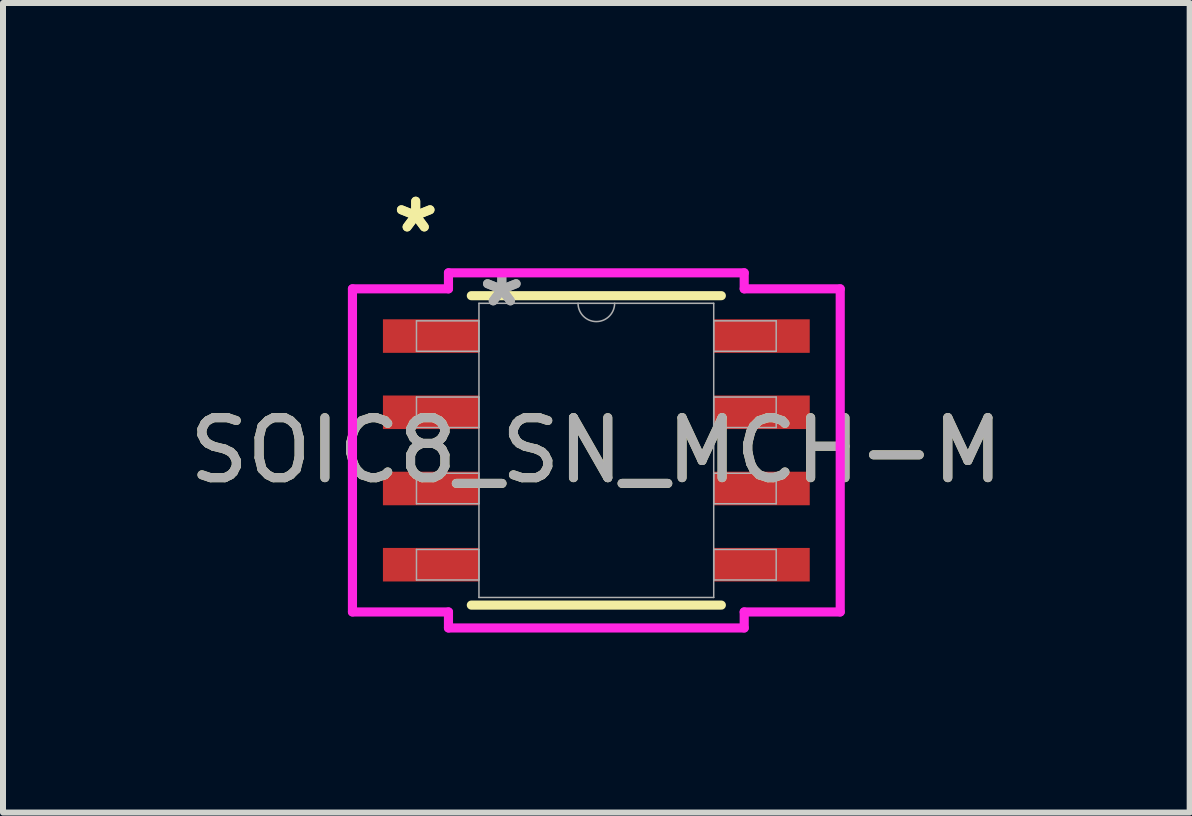
<source format=kicad_pcb>
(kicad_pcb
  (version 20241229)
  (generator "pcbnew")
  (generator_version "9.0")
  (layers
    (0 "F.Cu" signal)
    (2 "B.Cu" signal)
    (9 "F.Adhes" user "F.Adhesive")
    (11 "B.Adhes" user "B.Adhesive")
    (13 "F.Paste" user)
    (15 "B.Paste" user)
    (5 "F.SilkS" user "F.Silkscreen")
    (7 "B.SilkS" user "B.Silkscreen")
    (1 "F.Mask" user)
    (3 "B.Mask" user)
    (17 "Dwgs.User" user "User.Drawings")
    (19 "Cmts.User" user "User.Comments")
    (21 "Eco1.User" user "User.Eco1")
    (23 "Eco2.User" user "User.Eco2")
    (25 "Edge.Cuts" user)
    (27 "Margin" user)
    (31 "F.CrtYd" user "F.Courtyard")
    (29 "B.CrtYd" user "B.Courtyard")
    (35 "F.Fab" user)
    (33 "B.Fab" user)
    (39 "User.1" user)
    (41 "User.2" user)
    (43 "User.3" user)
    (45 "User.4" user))
  (footprint "SOIC8_SN_MCH-M"
    (layer "F.Cu")
    (at 6.887 4.455)
    (property "Reference" "SOIC8_SN_MCH-M" (at 0 0 0) (unlocked yes) (layer "F.SilkS") (effects (font (size 1 1) (thickness 0.15))))
    (attr smd)
    (fp_line (start -2.083 2.578) (end 2.083 2.578) (stroke (width 0.152) (type solid)) (layer "F.SilkS"))
    (fp_line (start 2.083 -2.578) (end -2.083 -2.578) (stroke (width 0.152) (type solid)) (layer "F.SilkS"))
    (fp_line (start -4.064 -2.692) (end -2.464 -2.692) (stroke (width 0.152) (type solid)) (layer "F.CrtYd"))
    (fp_line (start -4.064 2.692) (end -4.064 -2.692) (stroke (width 0.152) (type solid)) (layer "F.CrtYd"))
    (fp_line (start -4.064 2.692) (end -2.464 2.692) (stroke (width 0.152) (type solid)) (layer "F.CrtYd"))
    (fp_line (start -2.464 -2.959) (end 2.464 -2.959) (stroke (width 0.152) (type solid)) (layer "F.CrtYd"))
    (fp_line (start -2.464 -2.692) (end -2.464 -2.959) (stroke (width 0.152) (type solid)) (layer "F.CrtYd"))
    (fp_line (start -2.464 2.959) (end -2.464 2.692) (stroke (width 0.152) (type solid)) (layer "F.CrtYd"))
    (fp_line (start 2.464 -2.959) (end 2.464 -2.692) (stroke (width 0.152) (type solid)) (layer "F.CrtYd"))
    (fp_line (start 2.464 2.692) (end 2.464 2.959) (stroke (width 0.152) (type solid)) (layer "F.CrtYd"))
    (fp_line (start 2.464 2.959) (end -2.464 2.959) (stroke (width 0.152) (type solid)) (layer "F.CrtYd"))
    (fp_line (start 4.064 -2.692) (end 2.464 -2.692) (stroke (width 0.152) (type solid)) (layer "F.CrtYd"))
    (fp_line (start 4.064 -2.692) (end 4.064 2.692) (stroke (width 0.152) (type solid)) (layer "F.CrtYd"))
    (fp_line (start 4.064 2.692) (end 2.464 2.692) (stroke (width 0.152) (type solid)) (layer "F.CrtYd"))
    (fp_line (start -2.997 -2.159) (end -2.997 -1.651) (stroke (width 0.025) (type solid)) (layer "F.Fab"))
    (fp_line (start -2.997 -1.651) (end -1.956 -1.651) (stroke (width 0.025) (type solid)) (layer "F.Fab"))
    (fp_line (start -2.997 -0.889) (end -2.997 -0.381) (stroke (width 0.025) (type solid)) (layer "F.Fab"))
    (fp_line (start -2.997 -0.381) (end -1.956 -0.381) (stroke (width 0.025) (type solid)) (layer "F.Fab"))
    (fp_line (start -2.997 0.381) (end -2.997 0.889) (stroke (width 0.025) (type solid)) (layer "F.Fab"))
    (fp_line (start -2.997 0.889) (end -1.956 0.889) (stroke (width 0.025) (type solid)) (layer "F.Fab"))
    (fp_line (start -2.997 1.651) (end -2.997 2.159) (stroke (width 0.025) (type solid)) (layer "F.Fab"))
    (fp_line (start -2.997 2.159) (end -1.956 2.159) (stroke (width 0.025) (type solid)) (layer "F.Fab"))
    (fp_line (start -1.956 -2.451) (end -1.956 2.451) (stroke (width 0.025) (type solid)) (layer "F.Fab"))
    (fp_line (start -1.956 -2.159) (end -2.997 -2.159) (stroke (width 0.025) (type solid)) (layer "F.Fab"))
    (fp_line (start -1.956 -1.651) (end -1.956 -2.159) (stroke (width 0.025) (type solid)) (layer "F.Fab"))
    (fp_line (start -1.956 -0.889) (end -2.997 -0.889) (stroke (width 0.025) (type solid)) (layer "F.Fab"))
    (fp_line (start -1.956 -0.381) (end -1.956 -0.889) (stroke (width 0.025) (type solid)) (layer "F.Fab"))
    (fp_line (start -1.956 0.381) (end -2.997 0.381) (stroke (width 0.025) (type solid)) (layer "F.Fab"))
    (fp_line (start -1.956 0.889) (end -1.956 0.381) (stroke (width 0.025) (type solid)) (layer "F.Fab"))
    (fp_line (start -1.956 1.651) (end -2.997 1.651) (stroke (width 0.025) (type solid)) (layer "F.Fab"))
    (fp_line (start -1.956 2.159) (end -1.956 1.651) (stroke (width 0.025) (type solid)) (layer "F.Fab"))
    (fp_line (start -1.956 2.451) (end 1.956 2.451) (stroke (width 0.025) (type solid)) (layer "F.Fab"))
    (fp_line (start 1.956 -2.451) (end -1.956 -2.451) (stroke (width 0.025) (type solid)) (layer "F.Fab"))
    (fp_line (start 1.956 -2.159) (end 1.956 -1.651) (stroke (width 0.025) (type solid)) (layer "F.Fab"))
    (fp_line (start 1.956 -1.651) (end 2.997 -1.651) (stroke (width 0.025) (type solid)) (layer "F.Fab"))
    (fp_line (start 1.956 -0.889) (end 1.956 -0.381) (stroke (width 0.025) (type solid)) (layer "F.Fab"))
    (fp_line (start 1.956 -0.381) (end 2.997 -0.381) (stroke (width 0.025) (type solid)) (layer "F.Fab"))
    (fp_line (start 1.956 0.381) (end 1.956 0.889) (stroke (width 0.025) (type solid)) (layer "F.Fab"))
    (fp_line (start 1.956 0.889) (end 2.997 0.889) (stroke (width 0.025) (type solid)) (layer "F.Fab"))
    (fp_line (start 1.956 1.651) (end 1.956 2.159) (stroke (width 0.025) (type solid)) (layer "F.Fab"))
    (fp_line (start 1.956 2.159) (end 2.997 2.159) (stroke (width 0.025) (type solid)) (layer "F.Fab"))
    (fp_line (start 1.956 2.451) (end 1.956 -2.451) (stroke (width 0.025) (type solid)) (layer "F.Fab"))
    (fp_line (start 2.997 -2.159) (end 1.956 -2.159) (stroke (width 0.025) (type solid)) (layer "F.Fab"))
    (fp_line (start 2.997 -1.651) (end 2.997 -2.159) (stroke (width 0.025) (type solid)) (layer "F.Fab"))
    (fp_line (start 2.997 -0.889) (end 1.956 -0.889) (stroke (width 0.025) (type solid)) (layer "F.Fab"))
    (fp_line (start 2.997 -0.381) (end 2.997 -0.889) (stroke (width 0.025) (type solid)) (layer "F.Fab"))
    (fp_line (start 2.997 0.381) (end 1.956 0.381) (stroke (width 0.025) (type solid)) (layer "F.Fab"))
    (fp_line (start 2.997 0.889) (end 2.997 0.381) (stroke (width 0.025) (type solid)) (layer "F.Fab"))
    (fp_line (start 2.997 1.651) (end 1.956 1.651) (stroke (width 0.025) (type solid)) (layer "F.Fab"))
    (fp_line (start 2.997 2.159) (end 2.997 1.651) (stroke (width 0.025) (type solid)) (layer "F.Fab"))
    (fp_arc (start 0.3048 -2.4511) (mid 0 -2.1463) (end -0.3048 -2.4511) (stroke (width 0.0254) (type solid)) (layer "F.Fab"))
    (fp_text user "*" (at -3.01 -3.607 0) (layer "F.SilkS") (effects (font (size 1 1) (thickness 0.15))))
    (fp_text user "*" (at -3.01 -3.607 0) (unlocked yes) (layer "F.SilkS") (effects (font (size 1 1) (thickness 0.15))))
    (fp_text user "${REFERENCE}" (at 0 0 0) (unlocked yes) (layer "F.Fab") (effects (font (size 1 1) (thickness 0.15))))
    (fp_text user "*" (at -1.575 -2.375 0) (unlocked yes) (layer "F.Fab") (effects (font (size 1 1) (thickness 0.15))))
    (fp_text user "*" (at -1.575 -2.375 0) (layer "F.Fab") (effects (font (size 1 1) (thickness 0.15))))
    (pad "1" smd rect (at -2.756 -1.905) (size 1.6 0.559) (layers "F.Cu" "F.Mask" "F.Paste"))
    (pad "2" smd rect (at -2.756 -0.635) (size 1.6 0.559) (layers "F.Cu" "F.Mask" "F.Paste"))
    (pad "3" smd rect (at -2.756 0.635) (size 1.6 0.559) (layers "F.Cu" "F.Mask" "F.Paste"))
    (pad "4" smd rect (at -2.756 1.905) (size 1.6 0.559) (layers "F.Cu" "F.Mask" "F.Paste"))
    (pad "5" smd rect (at 2.756 1.905) (size 1.6 0.559) (layers "F.Cu" "F.Mask" "F.Paste"))
    (pad "6" smd rect (at 2.756 0.635) (size 1.6 0.559) (layers "F.Cu" "F.Mask" "F.Paste"))
    (pad "7" smd rect (at 2.756 -0.635) (size 1.6 0.559) (layers "F.Cu" "F.Mask" "F.Paste"))
    (pad "8" smd rect (at 2.756 -1.905) (size 1.6 0.559) (layers "F.Cu" "F.Mask" "F.Paste")))
  (gr_rect
    (start -3 -3)
    (end 16.774 10.49)
    (stroke (width 0.1) (type default))
    (fill no)
    (layer "Edge.Cuts")))
</source>
